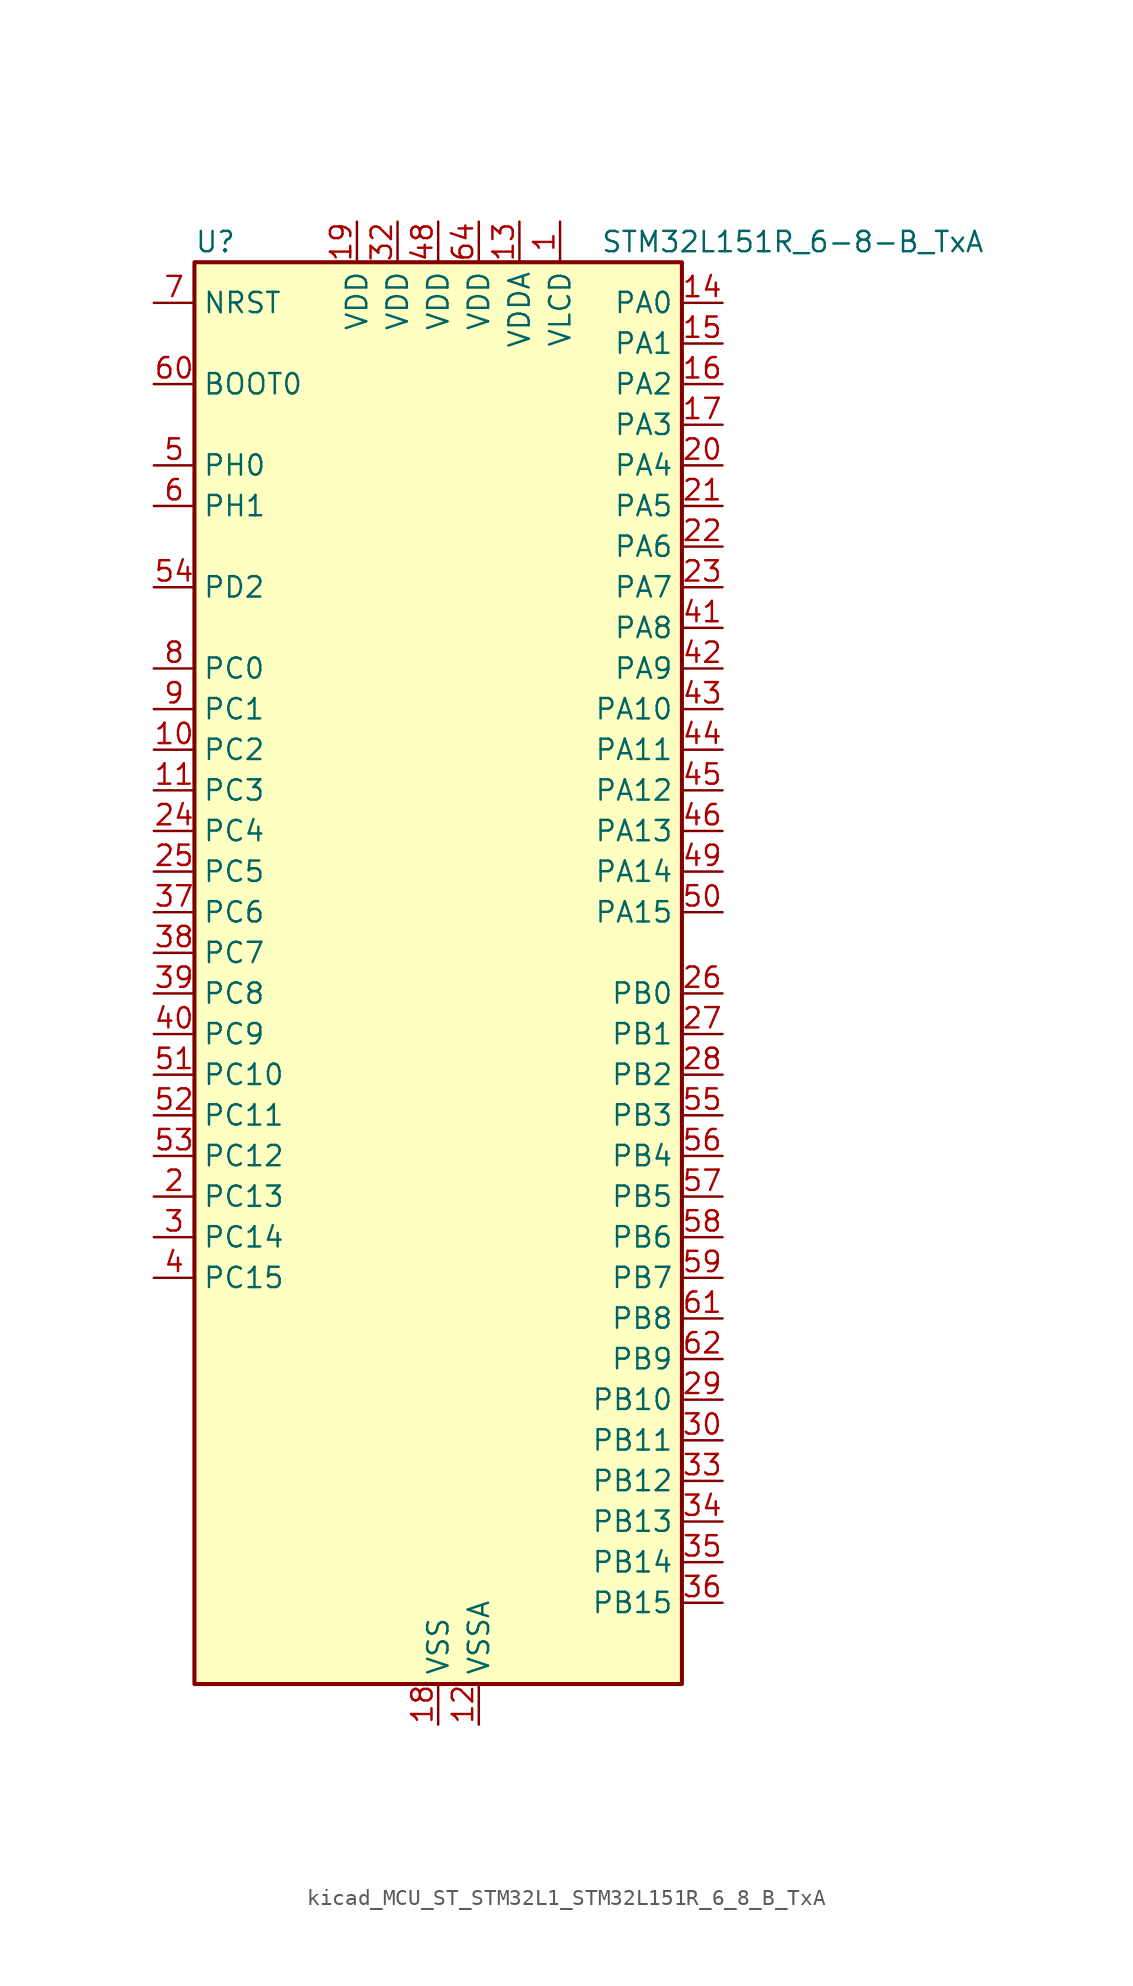
<source format=kicad_sym>
(kicad_symbol_lib
  (version 20220914)
  (generator kicad_symbol_editor)
  (symbol "kicad_MCU_ST_STM32L1_STM32L151R_6_8_B_TxA"
    (property "Reference" "U"
      (at -15.24 46.99 0)
      (effects (font (size 1.27 1.27)) (justify left)))
    (property "Value" "STM32L151R_6-8-B_TxA"
      (at 10.16 46.99 0)
      (effects (font (size 1.27 1.27)) (justify left)))
    (property "ki_locked" ""
      (at 0 0 0)
      (effects (font (size 1.27 1.27))))
    (symbol "kicad_MCU_ST_STM32L1_STM32L151R_6_8_B_TxA_0_1"
      (rectangle (start -15.24 -43.18) (end 15.24 45.72) (stroke (width 0.254) (type default)) (fill (type background))))
    (symbol "kicad_MCU_ST_STM32L1_STM32L151R_6_8_B_TxA_1_1"
      (pin power_in line (at 7.62 48.26 270) (length 2.54) (name "VLCD" (effects (font (size 1.27 1.27)))) (number "1" (effects (font (size 1.27 1.27)))))
      (pin bidirectional line (at -17.78 15.24 0) (length 2.54) (name "PC2" (effects (font (size 1.27 1.27)))) (number "10" (effects (font (size 1.27 1.27)))) (alternate "ADC_IN12" bidirectional line) (alternate "COMP1_INP" bidirectional line) (alternate "TIMX_IC3" bidirectional line) (alternate "TS_G8_IO3" bidirectional line))
      (pin bidirectional line (at -17.78 12.7 0) (length 2.54) (name "PC3" (effects (font (size 1.27 1.27)))) (number "11" (effects (font (size 1.27 1.27)))) (alternate "ADC_IN13" bidirectional line) (alternate "COMP1_INP" bidirectional line) (alternate "TIMX_IC4" bidirectional line) (alternate "TS_G8_IO4" bidirectional line))
      (pin power_in line (at 2.54 -45.72 90) (length 2.54) (name "VSSA" (effects (font (size 1.27 1.27)))) (number "12" (effects (font (size 1.27 1.27)))))
      (pin power_in line (at 5.08 48.26 270) (length 2.54) (name "VDDA" (effects (font (size 1.27 1.27)))) (number "13" (effects (font (size 1.27 1.27)))))
      (pin bidirectional line (at 17.78 43.18 180) (length 2.54) (name "PA0" (effects (font (size 1.27 1.27)))) (number "14" (effects (font (size 1.27 1.27)))) (alternate "ADC_IN0" bidirectional line) (alternate "COMP1_INP" bidirectional line) (alternate "RTC_TAMP2" bidirectional line) (alternate "SYS_WKUP1" bidirectional line) (alternate "TIM2_CH1" bidirectional line) (alternate "TIM2_ETR" bidirectional line) (alternate "TIMX_IC1" bidirectional line) (alternate "TS_G1_IO1" bidirectional line) (alternate "USART2_CTS" bidirectional line))
      (pin bidirectional line (at 17.78 40.64 180) (length 2.54) (name "PA1" (effects (font (size 1.27 1.27)))) (number "15" (effects (font (size 1.27 1.27)))) (alternate "ADC_IN1" bidirectional line) (alternate "COMP1_INP" bidirectional line) (alternate "TIM2_CH2" bidirectional line) (alternate "TIMX_IC2" bidirectional line) (alternate "TS_G1_IO2" bidirectional line) (alternate "USART2_RTS" bidirectional line))
      (pin bidirectional line (at 17.78 38.1 180) (length 2.54) (name "PA2" (effects (font (size 1.27 1.27)))) (number "16" (effects (font (size 1.27 1.27)))) (alternate "ADC_IN2" bidirectional line) (alternate "COMP1_INP" bidirectional line) (alternate "TIM2_CH3" bidirectional line) (alternate "TIM9_CH1" bidirectional line) (alternate "TIMX_IC3" bidirectional line) (alternate "TS_G1_IO3" bidirectional line) (alternate "USART2_TX" bidirectional line))
      (pin bidirectional line (at 17.78 35.56 180) (length 2.54) (name "PA3" (effects (font (size 1.27 1.27)))) (number "17" (effects (font (size 1.27 1.27)))) (alternate "ADC_IN3" bidirectional line) (alternate "COMP1_INP" bidirectional line) (alternate "TIM2_CH4" bidirectional line) (alternate "TIM9_CH2" bidirectional line) (alternate "TIMX_IC4" bidirectional line) (alternate "TS_G1_IO4" bidirectional line) (alternate "USART2_RX" bidirectional line))
      (pin power_in line (at 0 -45.72 90) (length 2.54) (name "VSS" (effects (font (size 1.27 1.27)))) (number "18" (effects (font (size 1.27 1.27)))))
      (pin power_in line (at -5.08 48.26 270) (length 2.54) (name "VDD" (effects (font (size 1.27 1.27)))) (number "19" (effects (font (size 1.27 1.27)))))
      (pin bidirectional line (at -17.78 -12.7 0) (length 2.54) (name "PC13" (effects (font (size 1.27 1.27)))) (number "2" (effects (font (size 1.27 1.27)))) (alternate "RTC_OUT_ALARM" bidirectional line) (alternate "RTC_OUT_CALIB" bidirectional line) (alternate "RTC_TAMP1" bidirectional line) (alternate "RTC_TS" bidirectional line) (alternate "SYS_WKUP2" bidirectional line) (alternate "TIMX_IC2" bidirectional line))
      (pin bidirectional line (at 17.78 33.02 180) (length 2.54) (name "PA4" (effects (font (size 1.27 1.27)))) (number "20" (effects (font (size 1.27 1.27)))) (alternate "ADC_IN4" bidirectional line) (alternate "COMP1_INP" bidirectional line) (alternate "DAC_OUT1" bidirectional line) (alternate "SPI1_NSS" bidirectional line) (alternate "TIMX_IC1" bidirectional line) (alternate "USART2_CK" bidirectional line))
      (pin bidirectional line (at 17.78 30.48 180) (length 2.54) (name "PA5" (effects (font (size 1.27 1.27)))) (number "21" (effects (font (size 1.27 1.27)))) (alternate "ADC_IN5" bidirectional line) (alternate "COMP1_INP" bidirectional line) (alternate "DAC_OUT2" bidirectional line) (alternate "SPI1_SCK" bidirectional line) (alternate "TIM2_CH1" bidirectional line) (alternate "TIM2_ETR" bidirectional line) (alternate "TIMX_IC2" bidirectional line))
      (pin bidirectional line (at 17.78 27.94 180) (length 2.54) (name "PA6" (effects (font (size 1.27 1.27)))) (number "22" (effects (font (size 1.27 1.27)))) (alternate "ADC_IN6" bidirectional line) (alternate "COMP1_INP" bidirectional line) (alternate "SPI1_MISO" bidirectional line) (alternate "TIM10_CH1" bidirectional line) (alternate "TIM3_CH1" bidirectional line) (alternate "TIMX_IC3" bidirectional line) (alternate "TS_G2_IO1" bidirectional line))
      (pin bidirectional line (at 17.78 25.4 180) (length 2.54) (name "PA7" (effects (font (size 1.27 1.27)))) (number "23" (effects (font (size 1.27 1.27)))) (alternate "ADC_IN7" bidirectional line) (alternate "COMP1_INP" bidirectional line) (alternate "SPI1_MOSI" bidirectional line) (alternate "TIM11_CH1" bidirectional line) (alternate "TIM3_CH2" bidirectional line) (alternate "TIMX_IC4" bidirectional line) (alternate "TS_G2_IO2" bidirectional line))
      (pin bidirectional line (at -17.78 10.16 0) (length 2.54) (name "PC4" (effects (font (size 1.27 1.27)))) (number "24" (effects (font (size 1.27 1.27)))) (alternate "ADC_IN14" bidirectional line) (alternate "COMP1_INP" bidirectional line) (alternate "TIMX_IC1" bidirectional line) (alternate "TS_G9_IO1" bidirectional line))
      (pin bidirectional line (at -17.78 7.62 0) (length 2.54) (name "PC5" (effects (font (size 1.27 1.27)))) (number "25" (effects (font (size 1.27 1.27)))) (alternate "ADC_IN15" bidirectional line) (alternate "COMP1_INP" bidirectional line) (alternate "TIMX_IC2" bidirectional line) (alternate "TS_G9_IO2" bidirectional line))
      (pin bidirectional line (at 17.78 0 180) (length 2.54) (name "PB0" (effects (font (size 1.27 1.27)))) (number "26" (effects (font (size 1.27 1.27)))) (alternate "ADC_IN8" bidirectional line) (alternate "COMP1_INP" bidirectional line) (alternate "SYS_V_REF_OUT" bidirectional line) (alternate "TIM3_CH3" bidirectional line) (alternate "TS_G3_IO1" bidirectional line))
      (pin bidirectional line (at 17.78 -2.54 180) (length 2.54) (name "PB1" (effects (font (size 1.27 1.27)))) (number "27" (effects (font (size 1.27 1.27)))) (alternate "ADC_IN9" bidirectional line) (alternate "COMP1_INP" bidirectional line) (alternate "SYS_V_REF_OUT" bidirectional line) (alternate "TIM3_CH4" bidirectional line) (alternate "TS_G3_IO2" bidirectional line))
      (pin bidirectional line (at 17.78 -5.08 180) (length 2.54) (name "PB2" (effects (font (size 1.27 1.27)))) (number "28" (effects (font (size 1.27 1.27)))) (alternate "TS_G3_IO3" bidirectional line))
      (pin bidirectional line (at 17.78 -25.4 180) (length 2.54) (name "PB10" (effects (font (size 1.27 1.27)))) (number "29" (effects (font (size 1.27 1.27)))) (alternate "I2C2_SCL" bidirectional line) (alternate "TIM2_CH3" bidirectional line) (alternate "USART3_TX" bidirectional line))
      (pin bidirectional line (at -17.78 -15.24 0) (length 2.54) (name "PC14" (effects (font (size 1.27 1.27)))) (number "3" (effects (font (size 1.27 1.27)))) (alternate "RCC_OSC32_IN" bidirectional line) (alternate "TIMX_IC3" bidirectional line))
      (pin bidirectional line (at 17.78 -27.94 180) (length 2.54) (name "PB11" (effects (font (size 1.27 1.27)))) (number "30" (effects (font (size 1.27 1.27)))) (alternate "ADC_EXTI11" bidirectional line) (alternate "I2C2_SDA" bidirectional line) (alternate "TIM2_CH4" bidirectional line) (alternate "USART3_RX" bidirectional line))
      (pin passive line (at 0 -45.72 90) (length 2.54) hide (name "VSS" (effects (font (size 1.27 1.27)))) (number "31" (effects (font (size 1.27 1.27)))))
      (pin power_in line (at -2.54 48.26 270) (length 2.54) (name "VDD" (effects (font (size 1.27 1.27)))) (number "32" (effects (font (size 1.27 1.27)))))
      (pin bidirectional line (at 17.78 -30.48 180) (length 2.54) (name "PB12" (effects (font (size 1.27 1.27)))) (number "33" (effects (font (size 1.27 1.27)))) (alternate "ADC_IN18" bidirectional line) (alternate "COMP1_INP" bidirectional line) (alternate "I2C2_SMBA" bidirectional line) (alternate "SPI2_NSS" bidirectional line) (alternate "TIM10_CH1" bidirectional line) (alternate "TS_G7_IO1" bidirectional line) (alternate "USART3_CK" bidirectional line))
      (pin bidirectional line (at 17.78 -33.02 180) (length 2.54) (name "PB13" (effects (font (size 1.27 1.27)))) (number "34" (effects (font (size 1.27 1.27)))) (alternate "ADC_IN19" bidirectional line) (alternate "COMP1_INP" bidirectional line) (alternate "SPI2_SCK" bidirectional line) (alternate "TIM9_CH1" bidirectional line) (alternate "TS_G7_IO2" bidirectional line) (alternate "USART3_CTS" bidirectional line))
      (pin bidirectional line (at 17.78 -35.56 180) (length 2.54) (name "PB14" (effects (font (size 1.27 1.27)))) (number "35" (effects (font (size 1.27 1.27)))) (alternate "ADC_IN20" bidirectional line) (alternate "COMP1_INP" bidirectional line) (alternate "SPI2_MISO" bidirectional line) (alternate "TIM9_CH2" bidirectional line) (alternate "TS_G7_IO3" bidirectional line) (alternate "USART3_RTS" bidirectional line))
      (pin bidirectional line (at 17.78 -38.1 180) (length 2.54) (name "PB15" (effects (font (size 1.27 1.27)))) (number "36" (effects (font (size 1.27 1.27)))) (alternate "ADC_EXTI15" bidirectional line) (alternate "ADC_IN21" bidirectional line) (alternate "COMP1_INP" bidirectional line) (alternate "RTC_REFIN" bidirectional line) (alternate "SPI2_MOSI" bidirectional line) (alternate "TIM11_CH1" bidirectional line) (alternate "TS_G7_IO4" bidirectional line))
      (pin bidirectional line (at -17.78 5.08 0) (length 2.54) (name "PC6" (effects (font (size 1.27 1.27)))) (number "37" (effects (font (size 1.27 1.27)))) (alternate "TIM3_CH1" bidirectional line) (alternate "TIMX_IC3" bidirectional line) (alternate "TS_G10_IO1" bidirectional line))
      (pin bidirectional line (at -17.78 2.54 0) (length 2.54) (name "PC7" (effects (font (size 1.27 1.27)))) (number "38" (effects (font (size 1.27 1.27)))) (alternate "TIM3_CH2" bidirectional line) (alternate "TIMX_IC4" bidirectional line) (alternate "TS_G10_IO2" bidirectional line))
      (pin bidirectional line (at -17.78 0 0) (length 2.54) (name "PC8" (effects (font (size 1.27 1.27)))) (number "39" (effects (font (size 1.27 1.27)))) (alternate "TIM3_CH3" bidirectional line) (alternate "TIMX_IC1" bidirectional line) (alternate "TS_G10_IO3" bidirectional line))
      (pin bidirectional line (at -17.78 -17.78 0) (length 2.54) (name "PC15" (effects (font (size 1.27 1.27)))) (number "4" (effects (font (size 1.27 1.27)))) (alternate "ADC_EXTI15" bidirectional line) (alternate "RCC_OSC32_OUT" bidirectional line) (alternate "TIMX_IC4" bidirectional line))
      (pin bidirectional line (at -17.78 -2.54 0) (length 2.54) (name "PC9" (effects (font (size 1.27 1.27)))) (number "40" (effects (font (size 1.27 1.27)))) (alternate "DAC_EXTI9" bidirectional line) (alternate "TIM3_CH4" bidirectional line) (alternate "TIMX_IC2" bidirectional line) (alternate "TS_G10_IO4" bidirectional line))
      (pin bidirectional line (at 17.78 22.86 180) (length 2.54) (name "PA8" (effects (font (size 1.27 1.27)))) (number "41" (effects (font (size 1.27 1.27)))) (alternate "RCC_MCO" bidirectional line) (alternate "TIMX_IC1" bidirectional line) (alternate "TS_G4_IO1" bidirectional line) (alternate "USART1_CK" bidirectional line))
      (pin bidirectional line (at 17.78 20.32 180) (length 2.54) (name "PA9" (effects (font (size 1.27 1.27)))) (number "42" (effects (font (size 1.27 1.27)))) (alternate "DAC_EXTI9" bidirectional line) (alternate "TIMX_IC2" bidirectional line) (alternate "TS_G4_IO2" bidirectional line) (alternate "USART1_TX" bidirectional line))
      (pin bidirectional line (at 17.78 17.78 180) (length 2.54) (name "PA10" (effects (font (size 1.27 1.27)))) (number "43" (effects (font (size 1.27 1.27)))) (alternate "TIMX_IC3" bidirectional line) (alternate "TS_G4_IO3" bidirectional line) (alternate "USART1_RX" bidirectional line))
      (pin bidirectional line (at 17.78 15.24 180) (length 2.54) (name "PA11" (effects (font (size 1.27 1.27)))) (number "44" (effects (font (size 1.27 1.27)))) (alternate "ADC_EXTI11" bidirectional line) (alternate "SPI1_MISO" bidirectional line) (alternate "TIMX_IC4" bidirectional line) (alternate "USART1_CTS" bidirectional line) (alternate "USB_DM" bidirectional line))
      (pin bidirectional line (at 17.78 12.7 180) (length 2.54) (name "PA12" (effects (font (size 1.27 1.27)))) (number "45" (effects (font (size 1.27 1.27)))) (alternate "SPI1_MOSI" bidirectional line) (alternate "TIMX_IC1" bidirectional line) (alternate "USART1_RTS" bidirectional line) (alternate "USB_DP" bidirectional line))
      (pin bidirectional line (at 17.78 10.16 180) (length 2.54) (name "PA13" (effects (font (size 1.27 1.27)))) (number "46" (effects (font (size 1.27 1.27)))) (alternate "SYS_JTMS-SWDIO" bidirectional line) (alternate "TIMX_IC2" bidirectional line) (alternate "TS_G5_IO1" bidirectional line))
      (pin passive line (at 0 -45.72 90) (length 2.54) hide (name "VSS" (effects (font (size 1.27 1.27)))) (number "47" (effects (font (size 1.27 1.27)))))
      (pin power_in line (at 0 48.26 270) (length 2.54) (name "VDD" (effects (font (size 1.27 1.27)))) (number "48" (effects (font (size 1.27 1.27)))))
      (pin bidirectional line (at 17.78 7.62 180) (length 2.54) (name "PA14" (effects (font (size 1.27 1.27)))) (number "49" (effects (font (size 1.27 1.27)))) (alternate "SYS_JTCK-SWCLK" bidirectional line) (alternate "TIMX_IC3" bidirectional line) (alternate "TS_G5_IO2" bidirectional line))
      (pin bidirectional line (at -17.78 33.02 0) (length 2.54) (name "PH0" (effects (font (size 1.27 1.27)))) (number "5" (effects (font (size 1.27 1.27)))) (alternate "RCC_OSC_IN" bidirectional line))
      (pin bidirectional line (at 17.78 5.08 180) (length 2.54) (name "PA15" (effects (font (size 1.27 1.27)))) (number "50" (effects (font (size 1.27 1.27)))) (alternate "ADC_EXTI15" bidirectional line) (alternate "SPI1_NSS" bidirectional line) (alternate "SYS_JTDI" bidirectional line) (alternate "TIM2_CH1" bidirectional line) (alternate "TIM2_ETR" bidirectional line) (alternate "TIMX_IC4" bidirectional line) (alternate "TS_G5_IO3" bidirectional line))
      (pin bidirectional line (at -17.78 -5.08 0) (length 2.54) (name "PC10" (effects (font (size 1.27 1.27)))) (number "51" (effects (font (size 1.27 1.27)))) (alternate "TIMX_IC3" bidirectional line) (alternate "USART3_TX" bidirectional line))
      (pin bidirectional line (at -17.78 -7.62 0) (length 2.54) (name "PC11" (effects (font (size 1.27 1.27)))) (number "52" (effects (font (size 1.27 1.27)))) (alternate "ADC_EXTI11" bidirectional line) (alternate "TIMX_IC4" bidirectional line) (alternate "USART3_RX" bidirectional line))
      (pin bidirectional line (at -17.78 -10.16 0) (length 2.54) (name "PC12" (effects (font (size 1.27 1.27)))) (number "53" (effects (font (size 1.27 1.27)))) (alternate "TIMX_IC1" bidirectional line) (alternate "USART3_CK" bidirectional line))
      (pin bidirectional line (at -17.78 25.4 0) (length 2.54) (name "PD2" (effects (font (size 1.27 1.27)))) (number "54" (effects (font (size 1.27 1.27)))) (alternate "TIM3_ETR" bidirectional line) (alternate "TIMX_IC3" bidirectional line))
      (pin bidirectional line (at 17.78 -7.62 180) (length 2.54) (name "PB3" (effects (font (size 1.27 1.27)))) (number "55" (effects (font (size 1.27 1.27)))) (alternate "COMP2_INM" bidirectional line) (alternate "SPI1_SCK" bidirectional line) (alternate "SYS_JTDO-TRACESWO" bidirectional line) (alternate "TIM2_CH2" bidirectional line))
      (pin bidirectional line (at 17.78 -10.16 180) (length 2.54) (name "PB4" (effects (font (size 1.27 1.27)))) (number "56" (effects (font (size 1.27 1.27)))) (alternate "COMP2_INP" bidirectional line) (alternate "SPI1_MISO" bidirectional line) (alternate "SYS_JTRST" bidirectional line) (alternate "TIM3_CH1" bidirectional line) (alternate "TS_G6_IO1" bidirectional line))
      (pin bidirectional line (at 17.78 -12.7 180) (length 2.54) (name "PB5" (effects (font (size 1.27 1.27)))) (number "57" (effects (font (size 1.27 1.27)))) (alternate "COMP2_INP" bidirectional line) (alternate "I2C1_SMBA" bidirectional line) (alternate "SPI1_MOSI" bidirectional line) (alternate "TIM3_CH2" bidirectional line) (alternate "TS_G6_IO2" bidirectional line))
      (pin bidirectional line (at 17.78 -15.24 180) (length 2.54) (name "PB6" (effects (font (size 1.27 1.27)))) (number "58" (effects (font (size 1.27 1.27)))) (alternate "I2C1_SCL" bidirectional line) (alternate "TIM4_CH1" bidirectional line) (alternate "TS_G6_IO3" bidirectional line) (alternate "USART1_TX" bidirectional line))
      (pin bidirectional line (at 17.78 -17.78 180) (length 2.54) (name "PB7" (effects (font (size 1.27 1.27)))) (number "59" (effects (font (size 1.27 1.27)))) (alternate "I2C1_SDA" bidirectional line) (alternate "SYS_PVD_IN" bidirectional line) (alternate "TIM4_CH2" bidirectional line) (alternate "TS_G6_IO4" bidirectional line) (alternate "USART1_RX" bidirectional line))
      (pin bidirectional line (at -17.78 30.48 0) (length 2.54) (name "PH1" (effects (font (size 1.27 1.27)))) (number "6" (effects (font (size 1.27 1.27)))) (alternate "RCC_OSC_OUT" bidirectional line))
      (pin input line (at -17.78 38.1 0) (length 2.54) (name "BOOT0" (effects (font (size 1.27 1.27)))) (number "60" (effects (font (size 1.27 1.27)))))
      (pin bidirectional line (at 17.78 -20.32 180) (length 2.54) (name "PB8" (effects (font (size 1.27 1.27)))) (number "61" (effects (font (size 1.27 1.27)))) (alternate "I2C1_SCL" bidirectional line) (alternate "TIM10_CH1" bidirectional line) (alternate "TIM4_CH3" bidirectional line))
      (pin bidirectional line (at 17.78 -22.86 180) (length 2.54) (name "PB9" (effects (font (size 1.27 1.27)))) (number "62" (effects (font (size 1.27 1.27)))) (alternate "DAC_EXTI9" bidirectional line) (alternate "I2C1_SDA" bidirectional line) (alternate "TIM11_CH1" bidirectional line) (alternate "TIM4_CH4" bidirectional line))
      (pin passive line (at 0 -45.72 90) (length 2.54) hide (name "VSS" (effects (font (size 1.27 1.27)))) (number "63" (effects (font (size 1.27 1.27)))))
      (pin power_in line (at 2.54 48.26 270) (length 2.54) (name "VDD" (effects (font (size 1.27 1.27)))) (number "64" (effects (font (size 1.27 1.27)))))
      (pin input line (at -17.78 43.18 0) (length 2.54) (name "NRST" (effects (font (size 1.27 1.27)))) (number "7" (effects (font (size 1.27 1.27)))))
      (pin bidirectional line (at -17.78 20.32 0) (length 2.54) (name "PC0" (effects (font (size 1.27 1.27)))) (number "8" (effects (font (size 1.27 1.27)))) (alternate "ADC_IN10" bidirectional line) (alternate "COMP1_INP" bidirectional line) (alternate "TIMX_IC1" bidirectional line) (alternate "TS_G8_IO1" bidirectional line))
      (pin bidirectional line (at -17.78 17.78 0) (length 2.54) (name "PC1" (effects (font (size 1.27 1.27)))) (number "9" (effects (font (size 1.27 1.27)))) (alternate "ADC_IN11" bidirectional line) (alternate "COMP1_INP" bidirectional line) (alternate "TIMX_IC2" bidirectional line) (alternate "TS_G8_IO2" bidirectional line)))))
</source>
